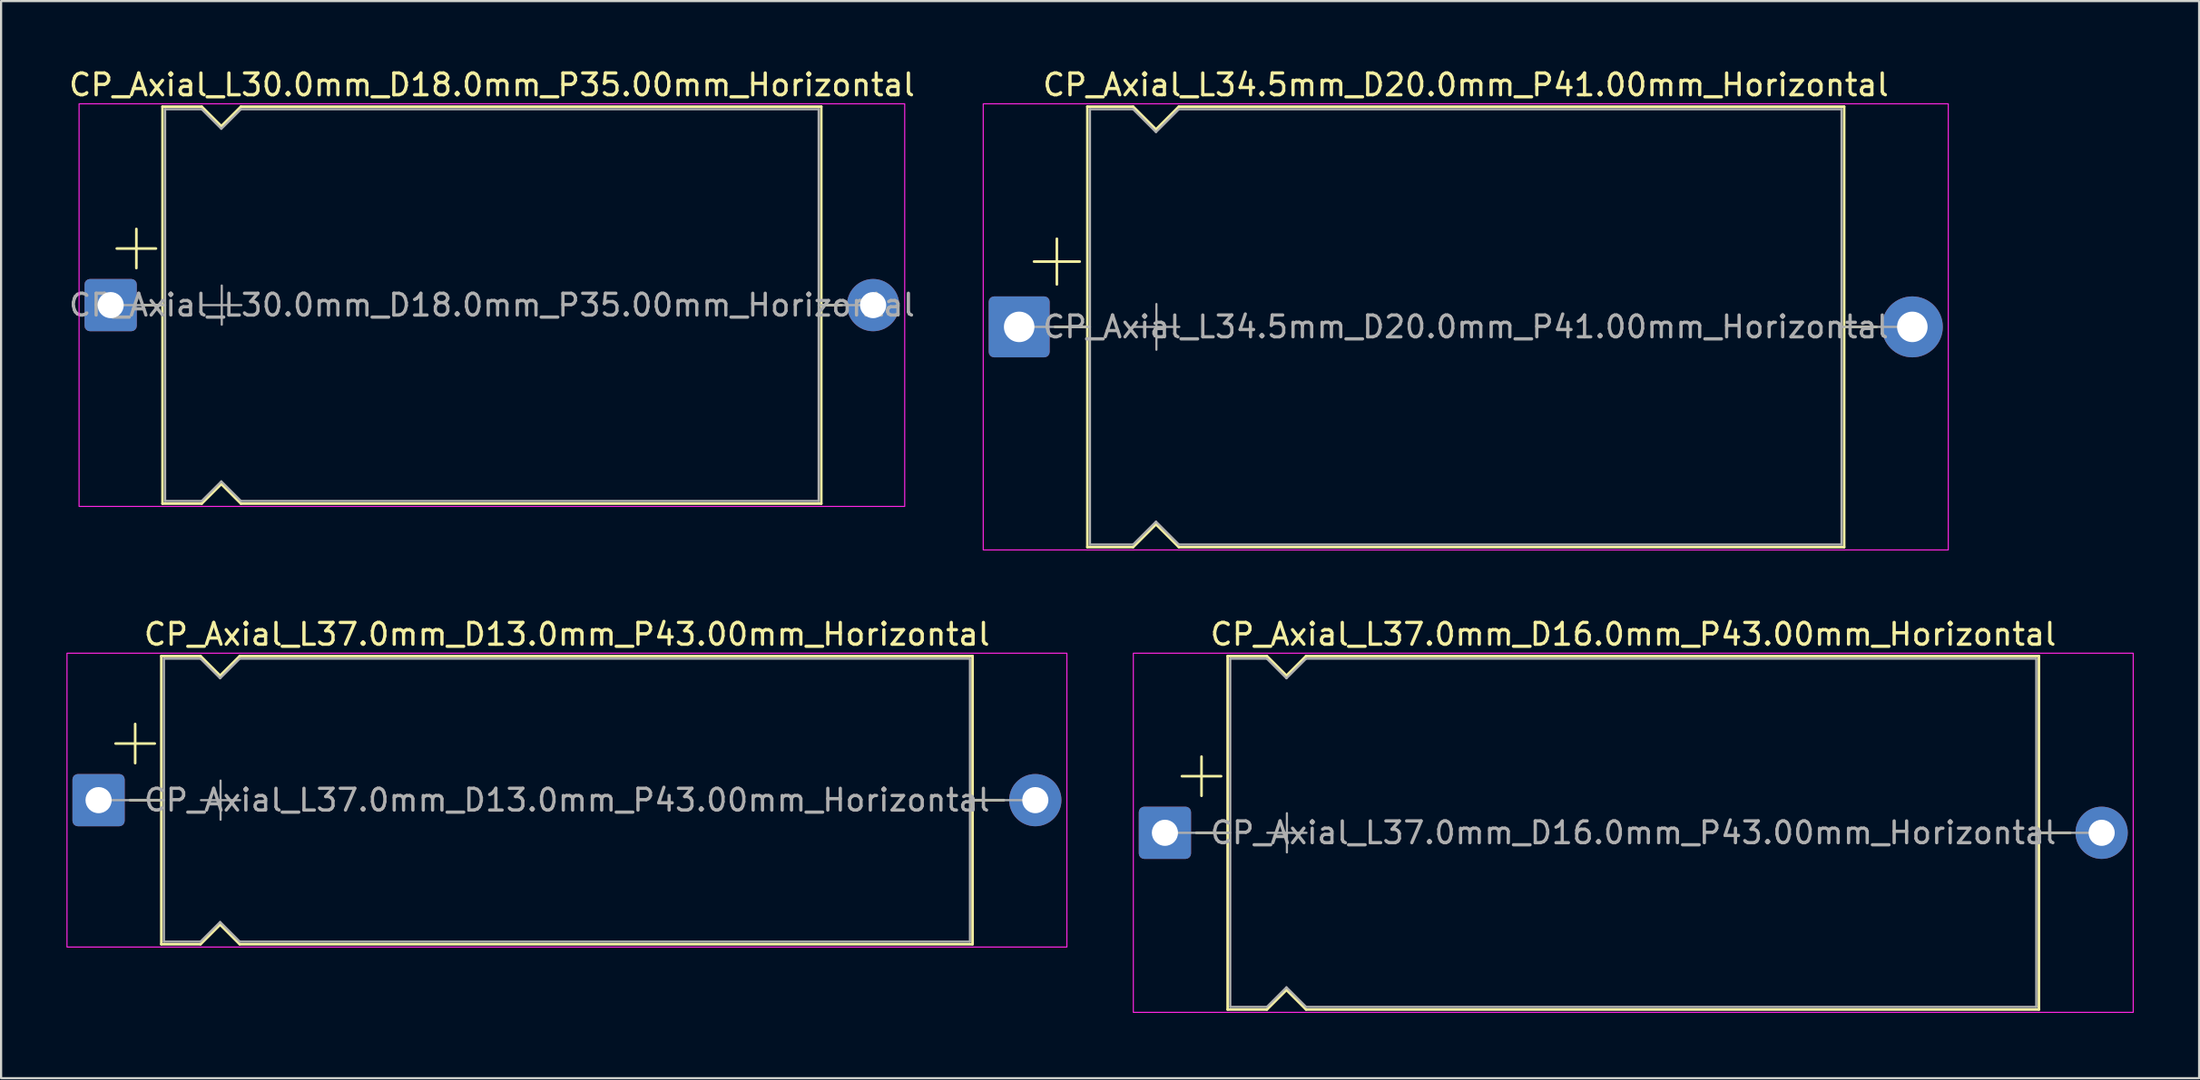
<source format=kicad_pcb>
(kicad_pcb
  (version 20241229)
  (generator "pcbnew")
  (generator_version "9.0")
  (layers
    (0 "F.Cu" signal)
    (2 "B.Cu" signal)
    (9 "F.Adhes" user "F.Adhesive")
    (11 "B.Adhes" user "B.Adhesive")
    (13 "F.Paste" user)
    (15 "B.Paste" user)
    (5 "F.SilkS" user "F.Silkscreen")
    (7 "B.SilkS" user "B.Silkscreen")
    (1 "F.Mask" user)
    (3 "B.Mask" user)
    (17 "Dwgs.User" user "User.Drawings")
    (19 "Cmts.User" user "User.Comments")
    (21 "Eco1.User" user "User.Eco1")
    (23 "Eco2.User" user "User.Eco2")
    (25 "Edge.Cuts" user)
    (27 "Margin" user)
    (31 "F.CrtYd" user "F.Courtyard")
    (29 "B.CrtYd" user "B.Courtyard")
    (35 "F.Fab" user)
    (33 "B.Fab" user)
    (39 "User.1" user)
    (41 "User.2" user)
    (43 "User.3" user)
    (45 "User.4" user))
  (footprint "CP_Axial_L37.0mm_D16.0mm_P43.00mm_Horizontal"
    (layer "F.Cu")
    (at 50.425 35.212)
    (property "Reference" "CP_Axial_L37.0mm_D16.0mm_P43.00mm_Horizontal" (at 21.5 -9.12 0) (layer "F.SilkS") (effects (font (size 1 1) (thickness 0.15))))
    (attr through_hole)
    (fp_line (start 0.78 -2.6) (end 2.58 -2.6) (stroke (width 0.12) (type solid)) (layer "F.SilkS"))
    (fp_line (start 1.44 0) (end 2.88 0) (stroke (width 0.12) (type solid)) (layer "F.SilkS"))
    (fp_line (start 1.68 -3.5) (end 1.68 -1.7) (stroke (width 0.12) (type solid)) (layer "F.SilkS"))
    (fp_line (start 2.88 -8.12) (end 2.88 8.12) (stroke (width 0.12) (type solid)) (layer "F.SilkS"))
    (fp_line (start 2.88 -8.12) (end 4.68 -8.12) (stroke (width 0.12) (type solid)) (layer "F.SilkS"))
    (fp_line (start 2.88 8.12) (end 4.68 8.12) (stroke (width 0.12) (type solid)) (layer "F.SilkS"))
    (fp_line (start 4.68 -8.12) (end 5.58 -7.22) (stroke (width 0.12) (type solid)) (layer "F.SilkS"))
    (fp_line (start 4.68 8.12) (end 5.58 7.22) (stroke (width 0.12) (type solid)) (layer "F.SilkS"))
    (fp_line (start 5.58 -7.22) (end 6.48 -8.12) (stroke (width 0.12) (type solid)) (layer "F.SilkS"))
    (fp_line (start 5.58 7.22) (end 6.48 8.12) (stroke (width 0.12) (type solid)) (layer "F.SilkS"))
    (fp_line (start 6.48 -8.12) (end 40.12 -8.12) (stroke (width 0.12) (type solid)) (layer "F.SilkS"))
    (fp_line (start 6.48 8.12) (end 40.12 8.12) (stroke (width 0.12) (type solid)) (layer "F.SilkS"))
    (fp_line (start 40.12 -8.12) (end 40.12 8.12) (stroke (width 0.12) (type solid)) (layer "F.SilkS"))
    (fp_line (start 41.56 0) (end 40.12 0) (stroke (width 0.12) (type solid)) (layer "F.SilkS"))
    (fp_rect (start -1.45 -8.25) (end 44.45 8.25) (stroke (width 0.05) (type solid)) (fill no) (layer "F.CrtYd"))
    (fp_line (start 0 0) (end 3 0) (stroke (width 0.1) (type solid)) (layer "F.Fab"))
    (fp_line (start 3 -8) (end 3 8) (stroke (width 0.1) (type solid)) (layer "F.Fab"))
    (fp_line (start 3 -8) (end 4.68 -8) (stroke (width 0.1) (type solid)) (layer "F.Fab"))
    (fp_line (start 3 8) (end 4.68 8) (stroke (width 0.1) (type solid)) (layer "F.Fab"))
    (fp_line (start 4.68 -8) (end 5.58 -7.1) (stroke (width 0.1) (type solid)) (layer "F.Fab"))
    (fp_line (start 4.68 8) (end 5.58 7.1) (stroke (width 0.1) (type solid)) (layer "F.Fab"))
    (fp_line (start 4.7 0) (end 6.5 0) (stroke (width 0.1) (type solid)) (layer "F.Fab"))
    (fp_line (start 5.58 -7.1) (end 6.48 -8) (stroke (width 0.1) (type solid)) (layer "F.Fab"))
    (fp_line (start 5.58 7.1) (end 6.48 8) (stroke (width 0.1) (type solid)) (layer "F.Fab"))
    (fp_line (start 5.6 -0.9) (end 5.6 0.9) (stroke (width 0.1) (type solid)) (layer "F.Fab"))
    (fp_line (start 6.48 -8) (end 40 -8) (stroke (width 0.1) (type solid)) (layer "F.Fab"))
    (fp_line (start 6.48 8) (end 40 8) (stroke (width 0.1) (type solid)) (layer "F.Fab"))
    (fp_line (start 40 -8) (end 40 8) (stroke (width 0.1) (type solid)) (layer "F.Fab"))
    (fp_line (start 43 0) (end 40 0) (stroke (width 0.1) (type solid)) (layer "F.Fab"))
    (fp_text user "${REFERENCE}" (at 21.5 0 0) (layer "F.Fab") (effects (font (size 1 1) (thickness 0.15))))
    (pad "1" thru_hole roundrect (at 0 0) (size 2.4 2.4) (drill 1.2) (layers "*.Cu" "*.Mask") (roundrect_rratio 0.104))
    (pad "2" thru_hole circle (at 43 0) (size 2.4 2.4) (drill 1.2) (layers "*.Cu" "*.Mask")))
  (footprint "CP_Axial_L30.0mm_D18.0mm_P35.00mm_Horizontal"
    (layer "F.Cu")
    (at 2.03 10.968)
    (property "Reference" "CP_Axial_L30.0mm_D18.0mm_P35.00mm_Horizontal" (at 17.5 -10.12 0) (layer "F.SilkS") (effects (font (size 1 1) (thickness 0.15))))
    (attr through_hole)
    (fp_line (start 0.28 -2.6) (end 2.08 -2.6) (stroke (width 0.12) (type solid)) (layer "F.SilkS"))
    (fp_line (start 1.18 -3.5) (end 1.18 -1.7) (stroke (width 0.12) (type solid)) (layer "F.SilkS"))
    (fp_line (start 1.44 0) (end 2.38 0) (stroke (width 0.12) (type solid)) (layer "F.SilkS"))
    (fp_line (start 2.38 -9.12) (end 2.38 9.12) (stroke (width 0.12) (type solid)) (layer "F.SilkS"))
    (fp_line (start 2.38 -9.12) (end 4.18 -9.12) (stroke (width 0.12) (type solid)) (layer "F.SilkS"))
    (fp_line (start 2.38 9.12) (end 4.18 9.12) (stroke (width 0.12) (type solid)) (layer "F.SilkS"))
    (fp_line (start 4.18 -9.12) (end 5.08 -8.22) (stroke (width 0.12) (type solid)) (layer "F.SilkS"))
    (fp_line (start 4.18 9.12) (end 5.08 8.22) (stroke (width 0.12) (type solid)) (layer "F.SilkS"))
    (fp_line (start 5.08 -8.22) (end 5.98 -9.12) (stroke (width 0.12) (type solid)) (layer "F.SilkS"))
    (fp_line (start 5.08 8.22) (end 5.98 9.12) (stroke (width 0.12) (type solid)) (layer "F.SilkS"))
    (fp_line (start 5.98 -9.12) (end 32.62 -9.12) (stroke (width 0.12) (type solid)) (layer "F.SilkS"))
    (fp_line (start 5.98 9.12) (end 32.62 9.12) (stroke (width 0.12) (type solid)) (layer "F.SilkS"))
    (fp_line (start 32.62 -9.12) (end 32.62 9.12) (stroke (width 0.12) (type solid)) (layer "F.SilkS"))
    (fp_line (start 33.56 0) (end 32.62 0) (stroke (width 0.12) (type solid)) (layer "F.SilkS"))
    (fp_rect (start -1.45 -9.25) (end 36.45 9.25) (stroke (width 0.05) (type solid)) (fill no) (layer "F.CrtYd"))
    (fp_line (start 0 0) (end 2.5 0) (stroke (width 0.1) (type solid)) (layer "F.Fab"))
    (fp_line (start 2.5 -9) (end 2.5 9) (stroke (width 0.1) (type solid)) (layer "F.Fab"))
    (fp_line (start 2.5 -9) (end 4.18 -9) (stroke (width 0.1) (type solid)) (layer "F.Fab"))
    (fp_line (start 2.5 9) (end 4.18 9) (stroke (width 0.1) (type solid)) (layer "F.Fab"))
    (fp_line (start 4.18 -9) (end 5.08 -8.1) (stroke (width 0.1) (type solid)) (layer "F.Fab"))
    (fp_line (start 4.18 9) (end 5.08 8.1) (stroke (width 0.1) (type solid)) (layer "F.Fab"))
    (fp_line (start 4.2 0) (end 6 0) (stroke (width 0.1) (type solid)) (layer "F.Fab"))
    (fp_line (start 5.08 -8.1) (end 5.98 -9) (stroke (width 0.1) (type solid)) (layer "F.Fab"))
    (fp_line (start 5.08 8.1) (end 5.98 9) (stroke (width 0.1) (type solid)) (layer "F.Fab"))
    (fp_line (start 5.1 -0.9) (end 5.1 0.9) (stroke (width 0.1) (type solid)) (layer "F.Fab"))
    (fp_line (start 5.98 -9) (end 32.5 -9) (stroke (width 0.1) (type solid)) (layer "F.Fab"))
    (fp_line (start 5.98 9) (end 32.5 9) (stroke (width 0.1) (type solid)) (layer "F.Fab"))
    (fp_line (start 32.5 -9) (end 32.5 9) (stroke (width 0.1) (type solid)) (layer "F.Fab"))
    (fp_line (start 35 0) (end 32.5 0) (stroke (width 0.1) (type solid)) (layer "F.Fab"))
    (fp_text user "${REFERENCE}" (at 17.5 0 0) (layer "F.Fab") (effects (font (size 1 1) (thickness 0.15))))
    (pad "1" thru_hole roundrect (at 0 0) (size 2.4 2.4) (drill 1.2) (layers "*.Cu" "*.Mask") (roundrect_rratio 0.104))
    (pad "2" thru_hole circle (at 35 0) (size 2.4 2.4) (drill 1.2) (layers "*.Cu" "*.Mask")))
  (footprint "CP_Axial_L34.5mm_D20.0mm_P41.00mm_Horizontal"
    (layer "F.Cu")
    (at 43.735 11.968)
    (property "Reference" "CP_Axial_L34.5mm_D20.0mm_P41.00mm_Horizontal" (at 20.5 -11.12 0) (layer "F.SilkS") (effects (font (size 1 1) (thickness 0.15))))
    (attr through_hole)
    (fp_line (start 0.68 -3) (end 2.78 -3) (stroke (width 0.12) (type solid)) (layer "F.SilkS"))
    (fp_line (start 1.64 0) (end 3.13 0) (stroke (width 0.12) (type solid)) (layer "F.SilkS"))
    (fp_line (start 1.73 -4.05) (end 1.73 -1.95) (stroke (width 0.12) (type solid)) (layer "F.SilkS"))
    (fp_line (start 3.13 -10.12) (end 3.13 10.12) (stroke (width 0.12) (type solid)) (layer "F.SilkS"))
    (fp_line (start 3.13 -10.12) (end 5.23 -10.12) (stroke (width 0.12) (type solid)) (layer "F.SilkS"))
    (fp_line (start 3.13 10.12) (end 5.23 10.12) (stroke (width 0.12) (type solid)) (layer "F.SilkS"))
    (fp_line (start 5.23 -10.12) (end 6.28 -9.07) (stroke (width 0.12) (type solid)) (layer "F.SilkS"))
    (fp_line (start 5.23 10.12) (end 6.28 9.07) (stroke (width 0.12) (type solid)) (layer "F.SilkS"))
    (fp_line (start 6.28 -9.07) (end 7.33 -10.12) (stroke (width 0.12) (type solid)) (layer "F.SilkS"))
    (fp_line (start 6.28 9.07) (end 7.33 10.12) (stroke (width 0.12) (type solid)) (layer "F.SilkS"))
    (fp_line (start 7.33 -10.12) (end 37.87 -10.12) (stroke (width 0.12) (type solid)) (layer "F.SilkS"))
    (fp_line (start 7.33 10.12) (end 37.87 10.12) (stroke (width 0.12) (type solid)) (layer "F.SilkS"))
    (fp_line (start 37.87 -10.12) (end 37.87 10.12) (stroke (width 0.12) (type solid)) (layer "F.SilkS"))
    (fp_line (start 39.36 0) (end 37.87 0) (stroke (width 0.12) (type solid)) (layer "F.SilkS"))
    (fp_rect (start -1.65 -10.25) (end 42.65 10.25) (stroke (width 0.05) (type solid)) (fill no) (layer "F.CrtYd"))
    (fp_line (start 0 0) (end 3.25 0) (stroke (width 0.1) (type solid)) (layer "F.Fab"))
    (fp_line (start 3.25 -10) (end 3.25 10) (stroke (width 0.1) (type solid)) (layer "F.Fab"))
    (fp_line (start 3.25 -10) (end 5.23 -10) (stroke (width 0.1) (type solid)) (layer "F.Fab"))
    (fp_line (start 3.25 10) (end 5.23 10) (stroke (width 0.1) (type solid)) (layer "F.Fab"))
    (fp_line (start 5.23 -10) (end 6.28 -8.95) (stroke (width 0.1) (type solid)) (layer "F.Fab"))
    (fp_line (start 5.23 10) (end 6.28 8.95) (stroke (width 0.1) (type solid)) (layer "F.Fab"))
    (fp_line (start 5.25 0) (end 7.35 0) (stroke (width 0.1) (type solid)) (layer "F.Fab"))
    (fp_line (start 6.28 -8.95) (end 7.33 -10) (stroke (width 0.1) (type solid)) (layer "F.Fab"))
    (fp_line (start 6.28 8.95) (end 7.33 10) (stroke (width 0.1) (type solid)) (layer "F.Fab"))
    (fp_line (start 6.3 -1.05) (end 6.3 1.05) (stroke (width 0.1) (type solid)) (layer "F.Fab"))
    (fp_line (start 7.33 -10) (end 37.75 -10) (stroke (width 0.1) (type solid)) (layer "F.Fab"))
    (fp_line (start 7.33 10) (end 37.75 10) (stroke (width 0.1) (type solid)) (layer "F.Fab"))
    (fp_line (start 37.75 -10) (end 37.75 10) (stroke (width 0.1) (type solid)) (layer "F.Fab"))
    (fp_line (start 41 0) (end 37.75 0) (stroke (width 0.1) (type solid)) (layer "F.Fab"))
    (fp_text user "${REFERENCE}" (at 20.5 0 0) (layer "F.Fab") (effects (font (size 1 1) (thickness 0.15))))
    (pad "1" thru_hole roundrect (at 0 0) (size 2.8 2.8) (drill 1.4) (layers "*.Cu" "*.Mask") (roundrect_rratio 0.089))
    (pad "2" thru_hole circle (at 41 0) (size 2.8 2.8) (drill 1.4) (layers "*.Cu" "*.Mask")))
  (footprint "CP_Axial_L37.0mm_D13.0mm_P43.00mm_Horizontal"
    (layer "F.Cu")
    (at 1.475 33.712)
    (property "Reference" "CP_Axial_L37.0mm_D13.0mm_P43.00mm_Horizontal" (at 21.5 -7.62 0) (layer "F.SilkS") (effects (font (size 1 1) (thickness 0.15))))
    (attr through_hole)
    (fp_line (start 0.78 -2.6) (end 2.58 -2.6) (stroke (width 0.12) (type solid)) (layer "F.SilkS"))
    (fp_line (start 1.44 0) (end 2.88 0) (stroke (width 0.12) (type solid)) (layer "F.SilkS"))
    (fp_line (start 1.68 -3.5) (end 1.68 -1.7) (stroke (width 0.12) (type solid)) (layer "F.SilkS"))
    (fp_line (start 2.88 -6.62) (end 2.88 6.62) (stroke (width 0.12) (type solid)) (layer "F.SilkS"))
    (fp_line (start 2.88 -6.62) (end 4.68 -6.62) (stroke (width 0.12) (type solid)) (layer "F.SilkS"))
    (fp_line (start 2.88 6.62) (end 4.68 6.62) (stroke (width 0.12) (type solid)) (layer "F.SilkS"))
    (fp_line (start 4.68 -6.62) (end 5.58 -5.72) (stroke (width 0.12) (type solid)) (layer "F.SilkS"))
    (fp_line (start 4.68 6.62) (end 5.58 5.72) (stroke (width 0.12) (type solid)) (layer "F.SilkS"))
    (fp_line (start 5.58 -5.72) (end 6.48 -6.62) (stroke (width 0.12) (type solid)) (layer "F.SilkS"))
    (fp_line (start 5.58 5.72) (end 6.48 6.62) (stroke (width 0.12) (type solid)) (layer "F.SilkS"))
    (fp_line (start 6.48 -6.62) (end 40.12 -6.62) (stroke (width 0.12) (type solid)) (layer "F.SilkS"))
    (fp_line (start 6.48 6.62) (end 40.12 6.62) (stroke (width 0.12) (type solid)) (layer "F.SilkS"))
    (fp_line (start 40.12 -6.62) (end 40.12 6.62) (stroke (width 0.12) (type solid)) (layer "F.SilkS"))
    (fp_line (start 41.56 0) (end 40.12 0) (stroke (width 0.12) (type solid)) (layer "F.SilkS"))
    (fp_rect (start -1.45 -6.75) (end 44.45 6.75) (stroke (width 0.05) (type solid)) (fill no) (layer "F.CrtYd"))
    (fp_line (start 0 0) (end 3 0) (stroke (width 0.1) (type solid)) (layer "F.Fab"))
    (fp_line (start 3 -6.5) (end 3 6.5) (stroke (width 0.1) (type solid)) (layer "F.Fab"))
    (fp_line (start 3 -6.5) (end 4.68 -6.5) (stroke (width 0.1) (type solid)) (layer "F.Fab"))
    (fp_line (start 3 6.5) (end 4.68 6.5) (stroke (width 0.1) (type solid)) (layer "F.Fab"))
    (fp_line (start 4.68 -6.5) (end 5.58 -5.6) (stroke (width 0.1) (type solid)) (layer "F.Fab"))
    (fp_line (start 4.68 6.5) (end 5.58 5.6) (stroke (width 0.1) (type solid)) (layer "F.Fab"))
    (fp_line (start 4.7 0) (end 6.5 0) (stroke (width 0.1) (type solid)) (layer "F.Fab"))
    (fp_line (start 5.58 -5.6) (end 6.48 -6.5) (stroke (width 0.1) (type solid)) (layer "F.Fab"))
    (fp_line (start 5.58 5.6) (end 6.48 6.5) (stroke (width 0.1) (type solid)) (layer "F.Fab"))
    (fp_line (start 5.6 -0.9) (end 5.6 0.9) (stroke (width 0.1) (type solid)) (layer "F.Fab"))
    (fp_line (start 6.48 -6.5) (end 40 -6.5) (stroke (width 0.1) (type solid)) (layer "F.Fab"))
    (fp_line (start 6.48 6.5) (end 40 6.5) (stroke (width 0.1) (type solid)) (layer "F.Fab"))
    (fp_line (start 40 -6.5) (end 40 6.5) (stroke (width 0.1) (type solid)) (layer "F.Fab"))
    (fp_line (start 43 0) (end 40 0) (stroke (width 0.1) (type solid)) (layer "F.Fab"))
    (fp_text user "${REFERENCE}" (at 21.5 0 0) (layer "F.Fab") (effects (font (size 1 1) (thickness 0.15))))
    (pad "1" thru_hole roundrect (at 0 0) (size 2.4 2.4) (drill 1.2) (layers "*.Cu" "*.Mask") (roundrect_rratio 0.104))
    (pad "2" thru_hole circle (at 43 0) (size 2.4 2.4) (drill 1.2) (layers "*.Cu" "*.Mask")))
  (gr_rect
    (start -3 -3)
    (end 97.9 46.486)
    (stroke (width 0.1) (type default))
    (fill no)
    (layer "Edge.Cuts")))
</source>
